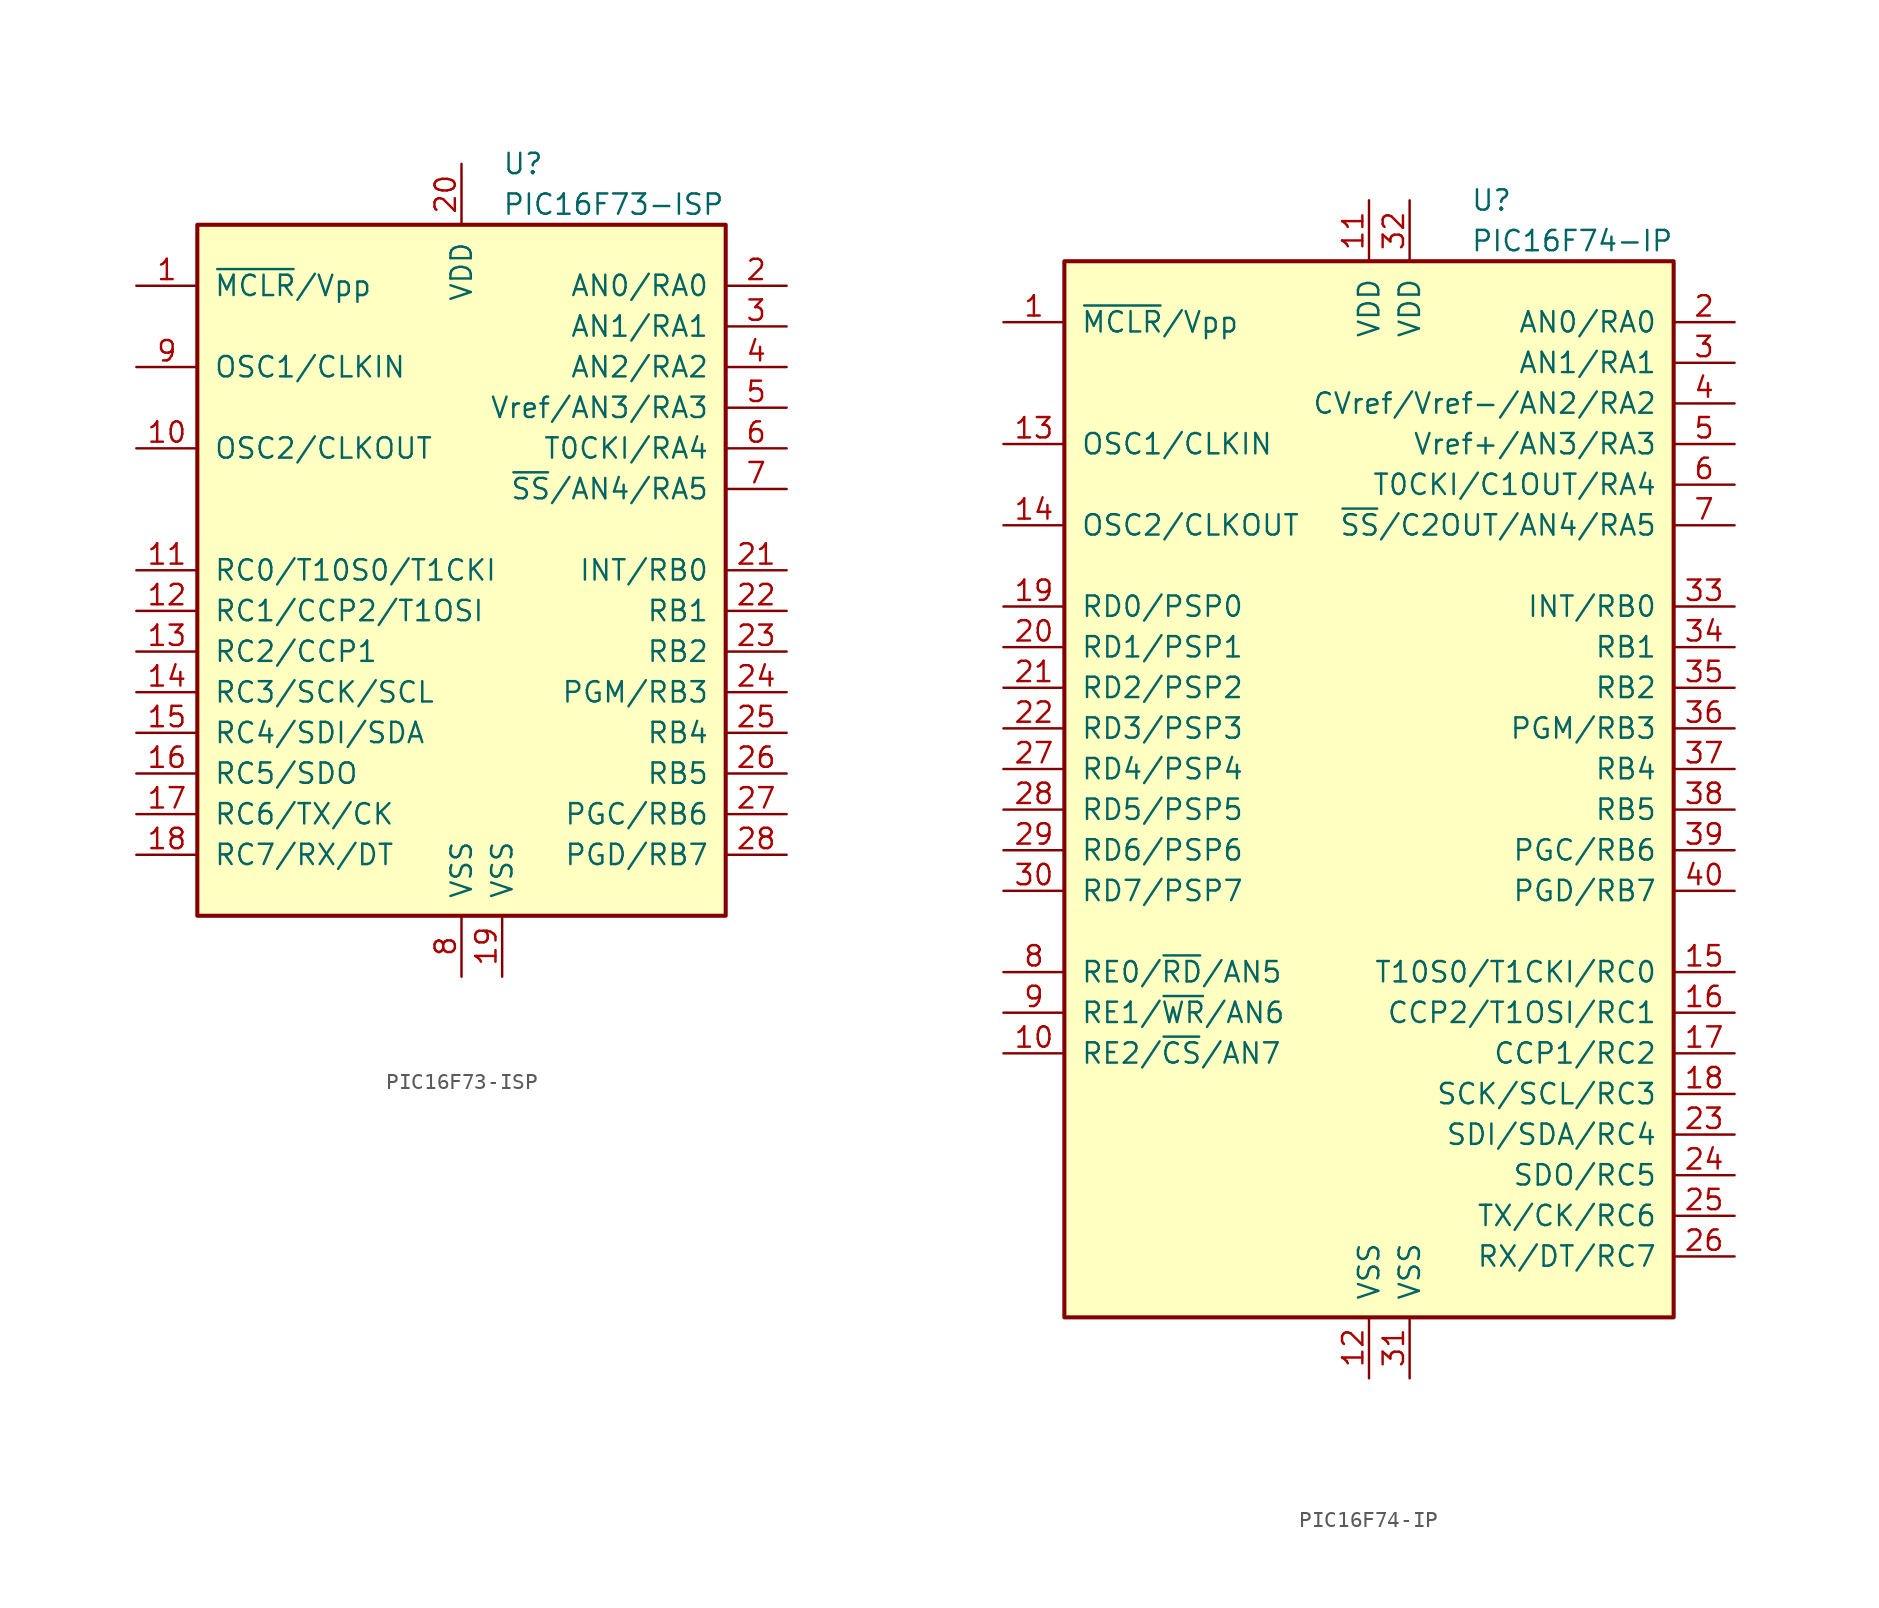
<source format=kicad_sym>
(kicad_symbol_lib
  (version 20211014)
  (generator kicad_symbol_editor)
  (symbol "PIC16F73-ISP"
    (pin_names
      (offset 1.016))
    (property "Reference" "U"
      (at 2.54 25.4 0)
      (effects (font (size 1.27 1.27)) (justify left)))
    (property "Value" "PIC16F73-ISP"
      (at 2.54 22.86 0)
      (effects (font (size 1.27 1.27)) (justify left)))
    (symbol "PIC16F73-ISP_0_1"
      (rectangle (start -16.51 -21.59) (end 16.51 21.59) (stroke (width 0.254) (type default) (color 0 0 0 0)) (fill (type background))))
    (symbol "PIC16F73-ISP_1_1"
      (pin input line (at -20.32 17.78 0) (length 3.81) (name "~{MCLR}/Vpp" (effects (font (size 1.27 1.27)))) (number "1" (effects (font (size 1.27 1.27)))))
      (pin output line (at -20.32 7.62 0) (length 3.81) (name "OSC2/CLKOUT" (effects (font (size 1.27 1.27)))) (number "10" (effects (font (size 1.27 1.27)))))
      (pin bidirectional line (at -20.32 0 0) (length 3.81) (name "RC0/T10S0/T1CKI" (effects (font (size 1.27 1.27)))) (number "11" (effects (font (size 1.27 1.27)))))
      (pin bidirectional line (at -20.32 -2.54 0) (length 3.81) (name "RC1/CCP2/T1OSI" (effects (font (size 1.27 1.27)))) (number "12" (effects (font (size 1.27 1.27)))))
      (pin bidirectional line (at -20.32 -5.08 0) (length 3.81) (name "RC2/CCP1" (effects (font (size 1.27 1.27)))) (number "13" (effects (font (size 1.27 1.27)))))
      (pin bidirectional line (at -20.32 -7.62 0) (length 3.81) (name "RC3/SCK/SCL" (effects (font (size 1.27 1.27)))) (number "14" (effects (font (size 1.27 1.27)))))
      (pin bidirectional line (at -20.32 -10.16 0) (length 3.81) (name "RC4/SDI/SDA" (effects (font (size 1.27 1.27)))) (number "15" (effects (font (size 1.27 1.27)))))
      (pin bidirectional line (at -20.32 -12.7 0) (length 3.81) (name "RC5/SDO" (effects (font (size 1.27 1.27)))) (number "16" (effects (font (size 1.27 1.27)))))
      (pin bidirectional line (at -20.32 -15.24 0) (length 3.81) (name "RC6/TX/CK" (effects (font (size 1.27 1.27)))) (number "17" (effects (font (size 1.27 1.27)))))
      (pin bidirectional line (at -20.32 -17.78 0) (length 3.81) (name "RC7/RX/DT" (effects (font (size 1.27 1.27)))) (number "18" (effects (font (size 1.27 1.27)))))
      (pin power_in line (at 2.54 -25.4 90) (length 3.81) (name "VSS" (effects (font (size 1.27 1.27)))) (number "19" (effects (font (size 1.27 1.27)))))
      (pin bidirectional line (at 20.32 17.78 180) (length 3.81) (name "AN0/RA0" (effects (font (size 1.27 1.27)))) (number "2" (effects (font (size 1.27 1.27)))))
      (pin power_in line (at 0 25.4 270) (length 3.81) (name "VDD" (effects (font (size 1.27 1.27)))) (number "20" (effects (font (size 1.27 1.27)))))
      (pin bidirectional line (at 20.32 0 180) (length 3.81) (name "INT/RB0" (effects (font (size 1.27 1.27)))) (number "21" (effects (font (size 1.27 1.27)))))
      (pin bidirectional line (at 20.32 -2.54 180) (length 3.81) (name "RB1" (effects (font (size 1.27 1.27)))) (number "22" (effects (font (size 1.27 1.27)))))
      (pin bidirectional line (at 20.32 -5.08 180) (length 3.81) (name "RB2" (effects (font (size 1.27 1.27)))) (number "23" (effects (font (size 1.27 1.27)))))
      (pin bidirectional line (at 20.32 -7.62 180) (length 3.81) (name "PGM/RB3" (effects (font (size 1.27 1.27)))) (number "24" (effects (font (size 1.27 1.27)))))
      (pin bidirectional line (at 20.32 -10.16 180) (length 3.81) (name "RB4" (effects (font (size 1.27 1.27)))) (number "25" (effects (font (size 1.27 1.27)))))
      (pin bidirectional line (at 20.32 -12.7 180) (length 3.81) (name "RB5" (effects (font (size 1.27 1.27)))) (number "26" (effects (font (size 1.27 1.27)))))
      (pin bidirectional line (at 20.32 -15.24 180) (length 3.81) (name "PGC/RB6" (effects (font (size 1.27 1.27)))) (number "27" (effects (font (size 1.27 1.27)))))
      (pin bidirectional line (at 20.32 -17.78 180) (length 3.81) (name "PGD/RB7" (effects (font (size 1.27 1.27)))) (number "28" (effects (font (size 1.27 1.27)))))
      (pin bidirectional line (at 20.32 15.24 180) (length 3.81) (name "AN1/RA1" (effects (font (size 1.27 1.27)))) (number "3" (effects (font (size 1.27 1.27)))))
      (pin bidirectional line (at 20.32 12.7 180) (length 3.81) (name "AN2/RA2" (effects (font (size 1.27 1.27)))) (number "4" (effects (font (size 1.27 1.27)))))
      (pin bidirectional line (at 20.32 10.16 180) (length 3.81) (name "Vref/AN3/RA3" (effects (font (size 1.27 1.27)))) (number "5" (effects (font (size 1.27 1.27)))))
      (pin bidirectional line (at 20.32 7.62 180) (length 3.81) (name "T0CKI/RA4" (effects (font (size 1.27 1.27)))) (number "6" (effects (font (size 1.27 1.27)))))
      (pin bidirectional line (at 20.32 5.08 180) (length 3.81) (name "~{SS}/AN4/RA5" (effects (font (size 1.27 1.27)))) (number "7" (effects (font (size 1.27 1.27)))))
      (pin power_in line (at 0 -25.4 90) (length 3.81) (name "VSS" (effects (font (size 1.27 1.27)))) (number "8" (effects (font (size 1.27 1.27)))))
      (pin input line (at -20.32 12.7 0) (length 3.81) (name "OSC1/CLKIN" (effects (font (size 1.27 1.27)))) (number "9" (effects (font (size 1.27 1.27)))))))
  (symbol "PIC16F74-IP"
    (pin_names
      (offset 1.016))
    (property "Reference" "U"
      (at 6.35 35.56 0)
      (effects (font (size 1.27 1.27)) (justify left)))
    (property "Value" "PIC16F74-IP"
      (at 6.35 33.02 0)
      (effects (font (size 1.27 1.27)) (justify left)))
    (symbol "PIC16F74-IP_0_1"
      (rectangle (start -19.05 -34.29) (end 19.05 31.75) (stroke (width 0.254) (type default) (color 0 0 0 0)) (fill (type background))))
    (symbol "PIC16F74-IP_1_1"
      (pin input line (at -22.86 27.94 0) (length 3.81) (name "~{MCLR}/Vpp" (effects (font (size 1.27 1.27)))) (number "1" (effects (font (size 1.27 1.27)))))
      (pin bidirectional line (at -22.86 -17.78 0) (length 3.81) (name "RE2/~{CS}/AN7" (effects (font (size 1.27 1.27)))) (number "10" (effects (font (size 1.27 1.27)))))
      (pin power_in line (at 0 35.56 270) (length 3.81) (name "VDD" (effects (font (size 1.27 1.27)))) (number "11" (effects (font (size 1.27 1.27)))))
      (pin power_in line (at 0 -38.1 90) (length 3.81) (name "VSS" (effects (font (size 1.27 1.27)))) (number "12" (effects (font (size 1.27 1.27)))))
      (pin input line (at -22.86 20.32 0) (length 3.81) (name "OSC1/CLKIN" (effects (font (size 1.27 1.27)))) (number "13" (effects (font (size 1.27 1.27)))))
      (pin output line (at -22.86 15.24 0) (length 3.81) (name "OSC2/CLKOUT" (effects (font (size 1.27 1.27)))) (number "14" (effects (font (size 1.27 1.27)))))
      (pin bidirectional line (at 22.86 -12.7 180) (length 3.81) (name "T10S0/T1CKI/RC0" (effects (font (size 1.27 1.27)))) (number "15" (effects (font (size 1.27 1.27)))))
      (pin bidirectional line (at 22.86 -15.24 180) (length 3.81) (name "CCP2/T1OSI/RC1" (effects (font (size 1.27 1.27)))) (number "16" (effects (font (size 1.27 1.27)))))
      (pin bidirectional line (at 22.86 -17.78 180) (length 3.81) (name "CCP1/RC2" (effects (font (size 1.27 1.27)))) (number "17" (effects (font (size 1.27 1.27)))))
      (pin bidirectional line (at 22.86 -20.32 180) (length 3.81) (name "SCK/SCL/RC3" (effects (font (size 1.27 1.27)))) (number "18" (effects (font (size 1.27 1.27)))))
      (pin bidirectional line (at -22.86 10.16 0) (length 3.81) (name "RD0/PSP0" (effects (font (size 1.27 1.27)))) (number "19" (effects (font (size 1.27 1.27)))))
      (pin bidirectional line (at 22.86 27.94 180) (length 3.81) (name "AN0/RA0" (effects (font (size 1.27 1.27)))) (number "2" (effects (font (size 1.27 1.27)))))
      (pin bidirectional line (at -22.86 7.62 0) (length 3.81) (name "RD1/PSP1" (effects (font (size 1.27 1.27)))) (number "20" (effects (font (size 1.27 1.27)))))
      (pin bidirectional line (at -22.86 5.08 0) (length 3.81) (name "RD2/PSP2" (effects (font (size 1.27 1.27)))) (number "21" (effects (font (size 1.27 1.27)))))
      (pin bidirectional line (at -22.86 2.54 0) (length 3.81) (name "RD3/PSP3" (effects (font (size 1.27 1.27)))) (number "22" (effects (font (size 1.27 1.27)))))
      (pin bidirectional line (at 22.86 -22.86 180) (length 3.81) (name "SDI/SDA/RC4" (effects (font (size 1.27 1.27)))) (number "23" (effects (font (size 1.27 1.27)))))
      (pin bidirectional line (at 22.86 -25.4 180) (length 3.81) (name "SDO/RC5" (effects (font (size 1.27 1.27)))) (number "24" (effects (font (size 1.27 1.27)))))
      (pin bidirectional line (at 22.86 -27.94 180) (length 3.81) (name "TX/CK/RC6" (effects (font (size 1.27 1.27)))) (number "25" (effects (font (size 1.27 1.27)))))
      (pin bidirectional line (at 22.86 -30.48 180) (length 3.81) (name "RX/DT/RC7" (effects (font (size 1.27 1.27)))) (number "26" (effects (font (size 1.27 1.27)))))
      (pin bidirectional line (at -22.86 0 0) (length 3.81) (name "RD4/PSP4" (effects (font (size 1.27 1.27)))) (number "27" (effects (font (size 1.27 1.27)))))
      (pin bidirectional line (at -22.86 -2.54 0) (length 3.81) (name "RD5/PSP5" (effects (font (size 1.27 1.27)))) (number "28" (effects (font (size 1.27 1.27)))))
      (pin bidirectional line (at -22.86 -5.08 0) (length 3.81) (name "RD6/PSP6" (effects (font (size 1.27 1.27)))) (number "29" (effects (font (size 1.27 1.27)))))
      (pin bidirectional line (at 22.86 25.4 180) (length 3.81) (name "AN1/RA1" (effects (font (size 1.27 1.27)))) (number "3" (effects (font (size 1.27 1.27)))))
      (pin bidirectional line (at -22.86 -7.62 0) (length 3.81) (name "RD7/PSP7" (effects (font (size 1.27 1.27)))) (number "30" (effects (font (size 1.27 1.27)))))
      (pin power_in line (at 2.54 -38.1 90) (length 3.81) (name "VSS" (effects (font (size 1.27 1.27)))) (number "31" (effects (font (size 1.27 1.27)))))
      (pin power_in line (at 2.54 35.56 270) (length 3.81) (name "VDD" (effects (font (size 1.27 1.27)))) (number "32" (effects (font (size 1.27 1.27)))))
      (pin bidirectional line (at 22.86 10.16 180) (length 3.81) (name "INT/RB0" (effects (font (size 1.27 1.27)))) (number "33" (effects (font (size 1.27 1.27)))))
      (pin bidirectional line (at 22.86 7.62 180) (length 3.81) (name "RB1" (effects (font (size 1.27 1.27)))) (number "34" (effects (font (size 1.27 1.27)))))
      (pin bidirectional line (at 22.86 5.08 180) (length 3.81) (name "RB2" (effects (font (size 1.27 1.27)))) (number "35" (effects (font (size 1.27 1.27)))))
      (pin bidirectional line (at 22.86 2.54 180) (length 3.81) (name "PGM/RB3" (effects (font (size 1.27 1.27)))) (number "36" (effects (font (size 1.27 1.27)))))
      (pin bidirectional line (at 22.86 0 180) (length 3.81) (name "RB4" (effects (font (size 1.27 1.27)))) (number "37" (effects (font (size 1.27 1.27)))))
      (pin bidirectional line (at 22.86 -2.54 180) (length 3.81) (name "RB5" (effects (font (size 1.27 1.27)))) (number "38" (effects (font (size 1.27 1.27)))))
      (pin bidirectional line (at 22.86 -5.08 180) (length 3.81) (name "PGC/RB6" (effects (font (size 1.27 1.27)))) (number "39" (effects (font (size 1.27 1.27)))))
      (pin bidirectional line (at 22.86 22.86 180) (length 3.81) (name "CVref/Vref-/AN2/RA2" (effects (font (size 1.27 1.27)))) (number "4" (effects (font (size 1.27 1.27)))))
      (pin bidirectional line (at 22.86 -7.62 180) (length 3.81) (name "PGD/RB7" (effects (font (size 1.27 1.27)))) (number "40" (effects (font (size 1.27 1.27)))))
      (pin bidirectional line (at 22.86 20.32 180) (length 3.81) (name "Vref+/AN3/RA3" (effects (font (size 1.27 1.27)))) (number "5" (effects (font (size 1.27 1.27)))))
      (pin bidirectional line (at 22.86 17.78 180) (length 3.81) (name "T0CKI/C1OUT/RA4" (effects (font (size 1.27 1.27)))) (number "6" (effects (font (size 1.27 1.27)))))
      (pin bidirectional line (at 22.86 15.24 180) (length 3.81) (name "~{SS}/C2OUT/AN4/RA5" (effects (font (size 1.27 1.27)))) (number "7" (effects (font (size 1.27 1.27)))))
      (pin bidirectional line (at -22.86 -12.7 0) (length 3.81) (name "RE0/~{RD}/AN5" (effects (font (size 1.27 1.27)))) (number "8" (effects (font (size 1.27 1.27)))))
      (pin bidirectional line (at -22.86 -15.24 0) (length 3.81) (name "RE1/~{WR}/AN6" (effects (font (size 1.27 1.27)))) (number "9" (effects (font (size 1.27 1.27))))))))
</source>
